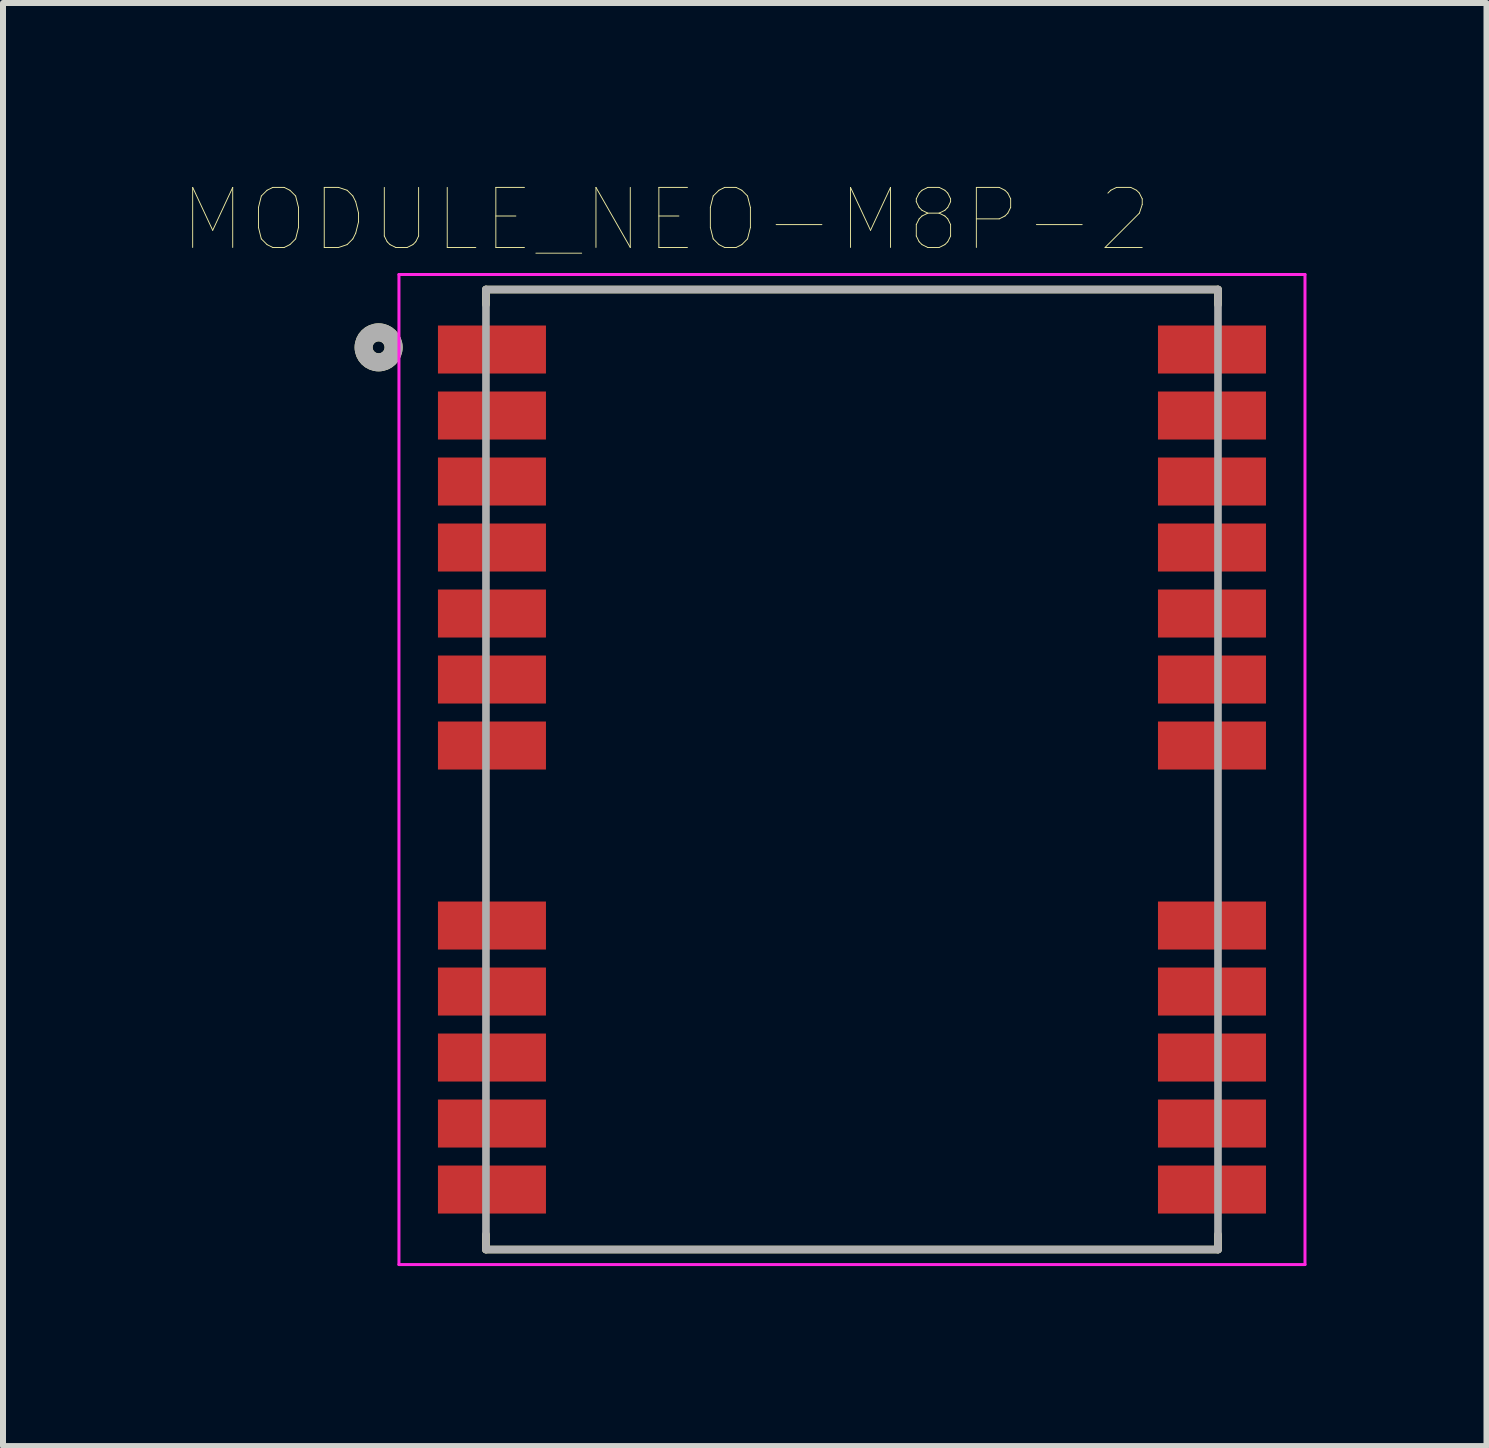
<source format=kicad_pcb>
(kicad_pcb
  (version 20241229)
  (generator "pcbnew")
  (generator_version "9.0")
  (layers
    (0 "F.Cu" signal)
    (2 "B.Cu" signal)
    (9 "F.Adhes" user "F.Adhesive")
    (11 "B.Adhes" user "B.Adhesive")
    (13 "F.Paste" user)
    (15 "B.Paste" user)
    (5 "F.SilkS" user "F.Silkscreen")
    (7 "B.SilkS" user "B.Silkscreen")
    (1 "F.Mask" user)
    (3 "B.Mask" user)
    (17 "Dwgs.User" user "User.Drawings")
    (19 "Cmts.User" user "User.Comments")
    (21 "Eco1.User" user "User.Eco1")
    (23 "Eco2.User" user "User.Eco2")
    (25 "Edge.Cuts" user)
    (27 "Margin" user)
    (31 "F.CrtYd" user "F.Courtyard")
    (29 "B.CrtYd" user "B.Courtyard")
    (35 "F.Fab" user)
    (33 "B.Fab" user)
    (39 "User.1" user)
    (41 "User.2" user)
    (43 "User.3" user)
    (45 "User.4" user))
  (footprint "MODULE_NEO-M8P-2"
    (layer "F.Cu")
    (at 11.149 9.775)
    (property "Reference" "MODULE_NEO-M8P-2" (at -3.099 -9.163 0) (layer "F.SilkS") (effects (font (size 1.001 1.001) (thickness 0.015))))
    (attr through_hole)
    (fp_poly (pts (xy -6.9 -7.4) (xy -5.1 -7.4) (xy -5.1 -6.6) (xy -6.9 -6.6)) (stroke (width 0.01) (type solid)) (fill yes) (layer "F.Mask"))
    (fp_poly (pts (xy -6.9 -6.3) (xy -5.1 -6.3) (xy -5.1 -5.5) (xy -6.9 -5.5)) (stroke (width 0.01) (type solid)) (fill yes) (layer "F.Mask"))
    (fp_poly (pts (xy -6.9 -5.2) (xy -5.1 -5.2) (xy -5.1 -4.4) (xy -6.9 -4.4)) (stroke (width 0.01) (type solid)) (fill yes) (layer "F.Mask"))
    (fp_poly (pts (xy -6.9 -4.1) (xy -5.1 -4.1) (xy -5.1 -3.3) (xy -6.9 -3.3)) (stroke (width 0.01) (type solid)) (fill yes) (layer "F.Mask"))
    (fp_poly (pts (xy -6.9 -3) (xy -5.1 -3) (xy -5.1 -2.2) (xy -6.9 -2.2)) (stroke (width 0.01) (type solid)) (fill yes) (layer "F.Mask"))
    (fp_poly (pts (xy -6.9 -1.9) (xy -5.1 -1.9) (xy -5.1 -1.1) (xy -6.9 -1.1)) (stroke (width 0.01) (type solid)) (fill yes) (layer "F.Mask"))
    (fp_poly (pts (xy -6.9 -0.8) (xy -5.1 -0.8) (xy -5.1 0) (xy -6.9 0)) (stroke (width 0.01) (type solid)) (fill yes) (layer "F.Mask"))
    (fp_poly (pts (xy -6.9 2.2) (xy -5.1 2.2) (xy -5.1 3) (xy -6.9 3)) (stroke (width 0.01) (type solid)) (fill yes) (layer "F.Mask"))
    (fp_poly (pts (xy -6.9 3.3) (xy -5.1 3.3) (xy -5.1 4.1) (xy -6.9 4.1)) (stroke (width 0.01) (type solid)) (fill yes) (layer "F.Mask"))
    (fp_poly (pts (xy -6.9 4.4) (xy -5.1 4.4) (xy -5.1 5.2) (xy -6.9 5.2)) (stroke (width 0.01) (type solid)) (fill yes) (layer "F.Mask"))
    (fp_poly (pts (xy -6.9 5.5) (xy -5.1 5.5) (xy -5.1 6.3) (xy -6.9 6.3)) (stroke (width 0.01) (type solid)) (fill yes) (layer "F.Mask"))
    (fp_poly (pts (xy -6.9 6.6) (xy -5.1 6.6) (xy -5.1 7.4) (xy -6.9 7.4)) (stroke (width 0.01) (type solid)) (fill yes) (layer "F.Mask"))
    (fp_poly (pts (xy 5.1 -7.4) (xy 6.9 -7.4) (xy 6.9 -6.6) (xy 5.1 -6.6)) (stroke (width 0.01) (type solid)) (fill yes) (layer "F.Mask"))
    (fp_poly (pts (xy 5.1 -6.3) (xy 6.9 -6.3) (xy 6.9 -5.5) (xy 5.1 -5.5)) (stroke (width 0.01) (type solid)) (fill yes) (layer "F.Mask"))
    (fp_poly (pts (xy 5.1 -5.2) (xy 6.9 -5.2) (xy 6.9 -4.4) (xy 5.1 -4.4)) (stroke (width 0.01) (type solid)) (fill yes) (layer "F.Mask"))
    (fp_poly (pts (xy 5.1 -4.1) (xy 6.9 -4.1) (xy 6.9 -3.3) (xy 5.1 -3.3)) (stroke (width 0.01) (type solid)) (fill yes) (layer "F.Mask"))
    (fp_poly (pts (xy 5.1 -3) (xy 6.9 -3) (xy 6.9 -2.2) (xy 5.1 -2.2)) (stroke (width 0.01) (type solid)) (fill yes) (layer "F.Mask"))
    (fp_poly (pts (xy 5.1 -1.9) (xy 6.9 -1.9) (xy 6.9 -1.1) (xy 5.1 -1.1)) (stroke (width 0.01) (type solid)) (fill yes) (layer "F.Mask"))
    (fp_poly (pts (xy 5.1 -0.8) (xy 6.9 -0.8) (xy 6.9 0) (xy 5.1 0)) (stroke (width 0.01) (type solid)) (fill yes) (layer "F.Mask"))
    (fp_poly (pts (xy 5.1 2.2) (xy 6.9 2.2) (xy 6.9 3) (xy 5.1 3)) (stroke (width 0.01) (type solid)) (fill yes) (layer "F.Mask"))
    (fp_poly (pts (xy 5.1 3.3) (xy 6.9 3.3) (xy 6.9 4.1) (xy 5.1 4.1)) (stroke (width 0.01) (type solid)) (fill yes) (layer "F.Mask"))
    (fp_poly (pts (xy 5.1 4.4) (xy 6.9 4.4) (xy 6.9 5.2) (xy 5.1 5.2)) (stroke (width 0.01) (type solid)) (fill yes) (layer "F.Mask"))
    (fp_poly (pts (xy 5.1 5.5) (xy 6.9 5.5) (xy 6.9 6.3) (xy 5.1 6.3)) (stroke (width 0.01) (type solid)) (fill yes) (layer "F.Mask"))
    (fp_poly (pts (xy 5.1 6.6) (xy 6.9 6.6) (xy 6.9 7.4) (xy 5.1 7.4)) (stroke (width 0.01) (type solid)) (fill yes) (layer "F.Mask"))
    (fp_line (start -6.1 -8) (end 6.1 -8) (stroke (width 0.127) (type solid)) (layer "F.SilkS"))
    (fp_line (start -6.1 -7.75) (end -6.1 -8) (stroke (width 0.127) (type solid)) (layer "F.SilkS"))
    (fp_line (start -6.1 7.75) (end -6.1 8) (stroke (width 0.127) (type solid)) (layer "F.SilkS"))
    (fp_line (start -6.1 8) (end 6.1 8) (stroke (width 0.127) (type solid)) (layer "F.SilkS"))
    (fp_line (start 6.1 -8) (end 6.1 -7.75) (stroke (width 0.127) (type solid)) (layer "F.SilkS"))
    (fp_line (start 6.1 8) (end 6.1 7.75) (stroke (width 0.127) (type solid)) (layer "F.SilkS"))
    (fp_circle (center -7.889 -7.036) (end -7.789 -7.036) (stroke (width 0.3) (type solid)) (fill no) (layer "F.SilkS"))
    (fp_poly (pts (xy -7.3 -7.4) (xy -6.1 -7.4) (xy -6.1 -6.6) (xy -7.3 -6.6)) (stroke (width 0.0001) (type solid)) (fill yes) (layer "F.Paste"))
    (fp_poly (pts (xy -7.3 -6.3) (xy -6.1 -6.3) (xy -6.1 -5.5) (xy -7.3 -5.5)) (stroke (width 0.0001) (type solid)) (fill yes) (layer "F.Paste"))
    (fp_poly (pts (xy -7.3 -5.2) (xy -6.1 -5.2) (xy -6.1 -4.4) (xy -7.3 -4.4)) (stroke (width 0.0001) (type solid)) (fill yes) (layer "F.Paste"))
    (fp_poly (pts (xy -7.3 -4.1) (xy -6.1 -4.1) (xy -6.1 -3.3) (xy -7.3 -3.3)) (stroke (width 0.0001) (type solid)) (fill yes) (layer "F.Paste"))
    (fp_poly (pts (xy -7.3 -3) (xy -6.1 -3) (xy -6.1 -2.2) (xy -7.3 -2.2)) (stroke (width 0.0001) (type solid)) (fill yes) (layer "F.Paste"))
    (fp_poly (pts (xy -7.3 -1.9) (xy -6.1 -1.9) (xy -6.1 -1.1) (xy -7.3 -1.1)) (stroke (width 0.0001) (type solid)) (fill yes) (layer "F.Paste"))
    (fp_poly (pts (xy -7.3 -0.8) (xy -6.1 -0.8) (xy -6.1 0) (xy -7.3 0)) (stroke (width 0.0001) (type solid)) (fill yes) (layer "F.Paste"))
    (fp_poly (pts (xy -7.3 2.2) (xy -6.1 2.2) (xy -6.1 3) (xy -7.3 3)) (stroke (width 0.0001) (type solid)) (fill yes) (layer "F.Paste"))
    (fp_poly (pts (xy -7.3 3.3) (xy -6.1 3.3) (xy -6.1 4.1) (xy -7.3 4.1)) (stroke (width 0.0001) (type solid)) (fill yes) (layer "F.Paste"))
    (fp_poly (pts (xy -7.3 4.4) (xy -6.1 4.4) (xy -6.1 5.2) (xy -7.3 5.2)) (stroke (width 0.0001) (type solid)) (fill yes) (layer "F.Paste"))
    (fp_poly (pts (xy -7.3 5.5) (xy -6.1 5.5) (xy -6.1 6.3) (xy -7.3 6.3)) (stroke (width 0.0001) (type solid)) (fill yes) (layer "F.Paste"))
    (fp_poly (pts (xy -7.3 6.6) (xy -6.1 6.6) (xy -6.1 7.4) (xy -7.3 7.4)) (stroke (width 0.0001) (type solid)) (fill yes) (layer "F.Paste"))
    (fp_poly (pts (xy -6.1 -7.3) (xy -5.2 -7.3) (xy -5.2 -6.7) (xy -6.1 -6.7)) (stroke (width 0.0001) (type solid)) (fill yes) (layer "F.Paste"))
    (fp_poly (pts (xy -6.1 -6.2) (xy -5.2 -6.2) (xy -5.2 -5.6) (xy -6.1 -5.6)) (stroke (width 0.0001) (type solid)) (fill yes) (layer "F.Paste"))
    (fp_poly (pts (xy -6.1 -5.1) (xy -5.2 -5.1) (xy -5.2 -4.5) (xy -6.1 -4.5)) (stroke (width 0.0001) (type solid)) (fill yes) (layer "F.Paste"))
    (fp_poly (pts (xy -6.1 -4) (xy -5.2 -4) (xy -5.2 -3.4) (xy -6.1 -3.4)) (stroke (width 0.0001) (type solid)) (fill yes) (layer "F.Paste"))
    (fp_poly (pts (xy -6.1 -2.9) (xy -5.2 -2.9) (xy -5.2 -2.3) (xy -6.1 -2.3)) (stroke (width 0.0001) (type solid)) (fill yes) (layer "F.Paste"))
    (fp_poly (pts (xy -6.1 -1.8) (xy -5.2 -1.8) (xy -5.2 -1.2) (xy -6.1 -1.2)) (stroke (width 0.0001) (type solid)) (fill yes) (layer "F.Paste"))
    (fp_poly (pts (xy -6.1 -0.7) (xy -5.2 -0.7) (xy -5.2 -0.1) (xy -6.1 -0.1)) (stroke (width 0.0001) (type solid)) (fill yes) (layer "F.Paste"))
    (fp_poly (pts (xy -6.1 2.3) (xy -5.2 2.3) (xy -5.2 2.9) (xy -6.1 2.9)) (stroke (width 0.0001) (type solid)) (fill yes) (layer "F.Paste"))
    (fp_poly (pts (xy -6.1 3.4) (xy -5.2 3.4) (xy -5.2 4) (xy -6.1 4)) (stroke (width 0.0001) (type solid)) (fill yes) (layer "F.Paste"))
    (fp_poly (pts (xy -6.1 4.5) (xy -5.2 4.5) (xy -5.2 5.1) (xy -6.1 5.1)) (stroke (width 0.0001) (type solid)) (fill yes) (layer "F.Paste"))
    (fp_poly (pts (xy -6.1 5.6) (xy -5.2 5.6) (xy -5.2 6.2) (xy -6.1 6.2)) (stroke (width 0.0001) (type solid)) (fill yes) (layer "F.Paste"))
    (fp_poly (pts (xy -6.1 6.7) (xy -5.2 6.7) (xy -5.2 7.3) (xy -6.1 7.3)) (stroke (width 0.0001) (type solid)) (fill yes) (layer "F.Paste"))
    (fp_poly (pts (xy 6.1 -7.3) (xy 5.2 -7.3) (xy 5.2 -6.7) (xy 6.1 -6.7)) (stroke (width 0.0001) (type solid)) (fill yes) (layer "F.Paste"))
    (fp_poly (pts (xy 6.1 -6.2) (xy 5.2 -6.2) (xy 5.2 -5.6) (xy 6.1 -5.6)) (stroke (width 0.0001) (type solid)) (fill yes) (layer "F.Paste"))
    (fp_poly (pts (xy 6.1 -5.1) (xy 5.2 -5.1) (xy 5.2 -4.5) (xy 6.1 -4.5)) (stroke (width 0.0001) (type solid)) (fill yes) (layer "F.Paste"))
    (fp_poly (pts (xy 6.1 -4) (xy 5.2 -4) (xy 5.2 -3.4) (xy 6.1 -3.4)) (stroke (width 0.0001) (type solid)) (fill yes) (layer "F.Paste"))
    (fp_poly (pts (xy 6.1 -2.9) (xy 5.2 -2.9) (xy 5.2 -2.3) (xy 6.1 -2.3)) (stroke (width 0.0001) (type solid)) (fill yes) (layer "F.Paste"))
    (fp_poly (pts (xy 6.1 -1.8) (xy 5.2 -1.8) (xy 5.2 -1.2) (xy 6.1 -1.2)) (stroke (width 0.0001) (type solid)) (fill yes) (layer "F.Paste"))
    (fp_poly (pts (xy 6.1 -0.7) (xy 5.2 -0.7) (xy 5.2 -0.1) (xy 6.1 -0.1)) (stroke (width 0.0001) (type solid)) (fill yes) (layer "F.Paste"))
    (fp_poly (pts (xy 6.1 2.3) (xy 5.2 2.3) (xy 5.2 2.9) (xy 6.1 2.9)) (stroke (width 0.0001) (type solid)) (fill yes) (layer "F.Paste"))
    (fp_poly (pts (xy 6.1 3.4) (xy 5.2 3.4) (xy 5.2 4) (xy 6.1 4)) (stroke (width 0.0001) (type solid)) (fill yes) (layer "F.Paste"))
    (fp_poly (pts (xy 6.1 4.5) (xy 5.2 4.5) (xy 5.2 5.1) (xy 6.1 5.1)) (stroke (width 0.0001) (type solid)) (fill yes) (layer "F.Paste"))
    (fp_poly (pts (xy 6.1 5.6) (xy 5.2 5.6) (xy 5.2 6.2) (xy 6.1 6.2)) (stroke (width 0.0001) (type solid)) (fill yes) (layer "F.Paste"))
    (fp_poly (pts (xy 6.1 6.7) (xy 5.2 6.7) (xy 5.2 7.3) (xy 6.1 7.3)) (stroke (width 0.0001) (type solid)) (fill yes) (layer "F.Paste"))
    (fp_poly (pts (xy 7.3 -7.4) (xy 6.1 -7.4) (xy 6.1 -6.6) (xy 7.3 -6.6)) (stroke (width 0.0001) (type solid)) (fill yes) (layer "F.Paste"))
    (fp_poly (pts (xy 7.3 -6.3) (xy 6.1 -6.3) (xy 6.1 -5.5) (xy 7.3 -5.5)) (stroke (width 0.0001) (type solid)) (fill yes) (layer "F.Paste"))
    (fp_poly (pts (xy 7.3 -5.2) (xy 6.1 -5.2) (xy 6.1 -4.4) (xy 7.3 -4.4)) (stroke (width 0.0001) (type solid)) (fill yes) (layer "F.Paste"))
    (fp_poly (pts (xy 7.3 -4.1) (xy 6.1 -4.1) (xy 6.1 -3.3) (xy 7.3 -3.3)) (stroke (width 0.0001) (type solid)) (fill yes) (layer "F.Paste"))
    (fp_poly (pts (xy 7.3 -3) (xy 6.1 -3) (xy 6.1 -2.2) (xy 7.3 -2.2)) (stroke (width 0.0001) (type solid)) (fill yes) (layer "F.Paste"))
    (fp_poly (pts (xy 7.3 -1.9) (xy 6.1 -1.9) (xy 6.1 -1.1) (xy 7.3 -1.1)) (stroke (width 0.0001) (type solid)) (fill yes) (layer "F.Paste"))
    (fp_poly (pts (xy 7.3 -0.8) (xy 6.1 -0.8) (xy 6.1 0) (xy 7.3 0)) (stroke (width 0.0001) (type solid)) (fill yes) (layer "F.Paste"))
    (fp_poly (pts (xy 7.3 2.2) (xy 6.1 2.2) (xy 6.1 3) (xy 7.3 3)) (stroke (width 0.0001) (type solid)) (fill yes) (layer "F.Paste"))
    (fp_poly (pts (xy 7.3 3.3) (xy 6.1 3.3) (xy 6.1 4.1) (xy 7.3 4.1)) (stroke (width 0.0001) (type solid)) (fill yes) (layer "F.Paste"))
    (fp_poly (pts (xy 7.3 4.4) (xy 6.1 4.4) (xy 6.1 5.2) (xy 7.3 5.2)) (stroke (width 0.0001) (type solid)) (fill yes) (layer "F.Paste"))
    (fp_poly (pts (xy 7.3 5.5) (xy 6.1 5.5) (xy 6.1 6.3) (xy 7.3 6.3)) (stroke (width 0.0001) (type solid)) (fill yes) (layer "F.Paste"))
    (fp_poly (pts (xy 7.3 6.6) (xy 6.1 6.6) (xy 6.1 7.4) (xy 7.3 7.4)) (stroke (width 0.0001) (type solid)) (fill yes) (layer "F.Paste"))
    (fp_line (start -7.55 -8.25) (end 7.55 -8.25) (stroke (width 0.05) (type solid)) (layer "F.CrtYd"))
    (fp_line (start -7.55 8.25) (end -7.55 -8.25) (stroke (width 0.05) (type solid)) (layer "F.CrtYd"))
    (fp_line (start 7.55 -8.25) (end 7.55 8.25) (stroke (width 0.05) (type solid)) (layer "F.CrtYd"))
    (fp_line (start 7.55 8.25) (end -7.55 8.25) (stroke (width 0.05) (type solid)) (layer "F.CrtYd"))
    (fp_line (start -6.1 -8) (end 6.1 -8) (stroke (width 0.127) (type solid)) (layer "F.Fab"))
    (fp_line (start -6.1 8) (end -6.1 -8) (stroke (width 0.127) (type solid)) (layer "F.Fab"))
    (fp_line (start 6.1 -8) (end 6.1 8) (stroke (width 0.127) (type solid)) (layer "F.Fab"))
    (fp_line (start 6.1 8) (end -6.1 8) (stroke (width 0.127) (type solid)) (layer "F.Fab"))
    (fp_circle (center -7.889 -7.036) (end -7.789 -7.036) (stroke (width 0.3) (type solid)) (fill no) (layer "F.Fab"))
    (pad "1" smd rect (at -6 -7) (size 1.8 0.8) (layers "F.Cu"))
    (pad "2" smd rect (at -6 -5.9) (size 1.8 0.8) (layers "F.Cu"))
    (pad "3" smd rect (at -6 -4.8) (size 1.8 0.8) (layers "F.Cu"))
    (pad "4" smd rect (at -6 -3.7) (size 1.8 0.8) (layers "F.Cu"))
    (pad "5" smd rect (at -6 -2.6) (size 1.8 0.8) (layers "F.Cu"))
    (pad "6" smd rect (at -6 -1.5) (size 1.8 0.8) (layers "F.Cu"))
    (pad "7" smd rect (at -6 -0.4) (size 1.8 0.8) (layers "F.Cu"))
    (pad "8" smd rect (at -6 2.6) (size 1.8 0.8) (layers "F.Cu"))
    (pad "9" smd rect (at -6 3.7) (size 1.8 0.8) (layers "F.Cu"))
    (pad "10" smd rect (at -6 4.8) (size 1.8 0.8) (layers "F.Cu"))
    (pad "11" smd rect (at -6 5.9) (size 1.8 0.8) (layers "F.Cu"))
    (pad "12" smd rect (at -6 7) (size 1.8 0.8) (layers "F.Cu"))
    (pad "13" smd rect (at 6 7) (size 1.8 0.8) (layers "F.Cu"))
    (pad "14" smd rect (at 6 5.9) (size 1.8 0.8) (layers "F.Cu"))
    (pad "15" smd rect (at 6 4.8) (size 1.8 0.8) (layers "F.Cu"))
    (pad "16" smd rect (at 6 3.7) (size 1.8 0.8) (layers "F.Cu"))
    (pad "17" smd rect (at 6 2.6) (size 1.8 0.8) (layers "F.Cu"))
    (pad "18" smd rect (at 6 -0.4) (size 1.8 0.8) (layers "F.Cu"))
    (pad "19" smd rect (at 6 -1.5) (size 1.8 0.8) (layers "F.Cu"))
    (pad "20" smd rect (at 6 -2.6) (size 1.8 0.8) (layers "F.Cu"))
    (pad "21" smd rect (at 6 -3.7) (size 1.8 0.8) (layers "F.Cu"))
    (pad "22" smd rect (at 6 -4.8) (size 1.8 0.8) (layers "F.Cu"))
    (pad "23" smd rect (at 6 -5.9) (size 1.8 0.8) (layers "F.Cu"))
    (pad "24" smd rect (at 6 -7) (size 1.8 0.8) (layers "F.Cu")))
  (gr_rect
    (start -3 -3)
    (end 21.724 21.05)
    (stroke (width 0.1) (type default))
    (fill no)
    (layer "Edge.Cuts")))
</source>
